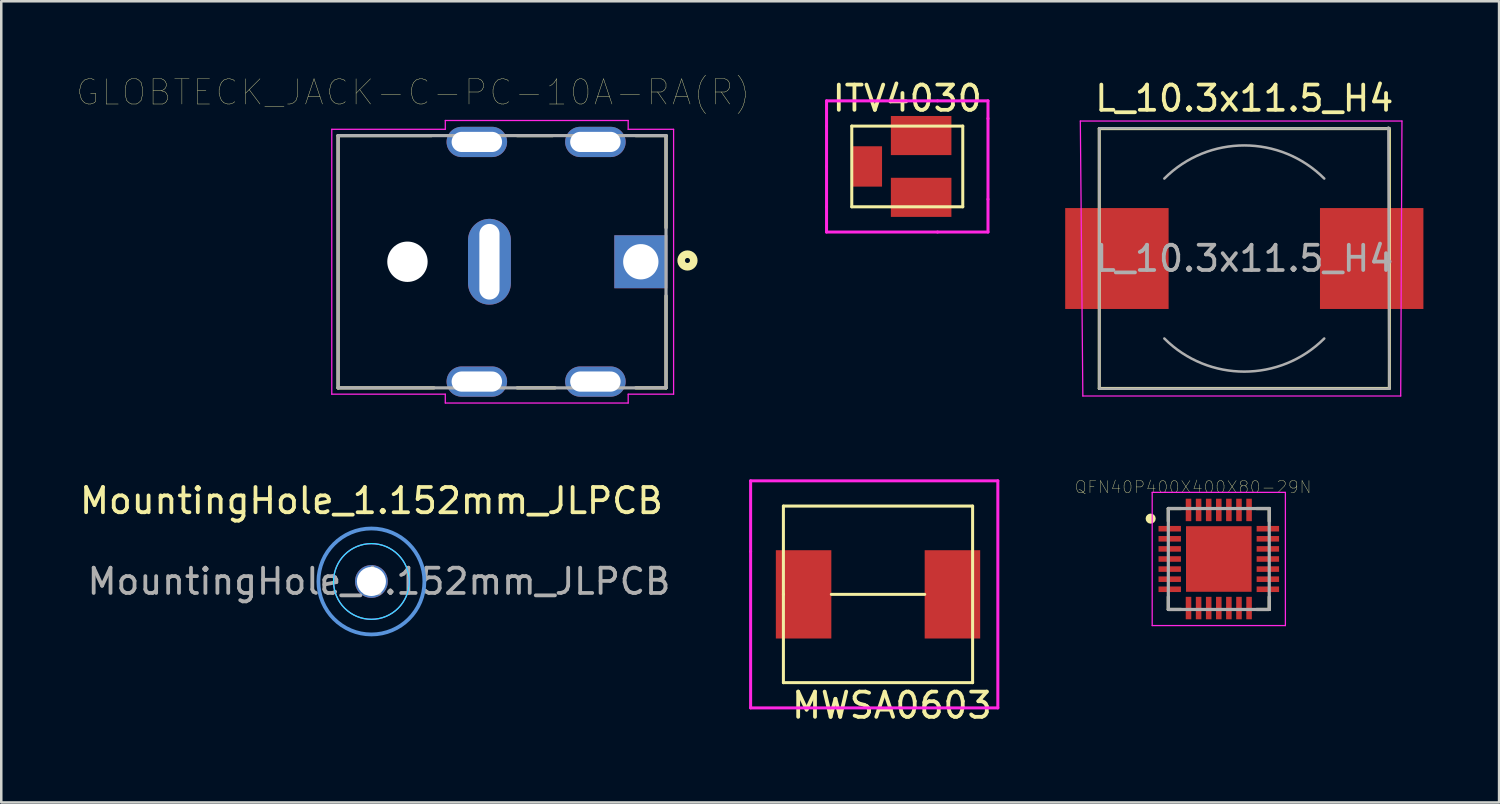
<source format=kicad_pcb>
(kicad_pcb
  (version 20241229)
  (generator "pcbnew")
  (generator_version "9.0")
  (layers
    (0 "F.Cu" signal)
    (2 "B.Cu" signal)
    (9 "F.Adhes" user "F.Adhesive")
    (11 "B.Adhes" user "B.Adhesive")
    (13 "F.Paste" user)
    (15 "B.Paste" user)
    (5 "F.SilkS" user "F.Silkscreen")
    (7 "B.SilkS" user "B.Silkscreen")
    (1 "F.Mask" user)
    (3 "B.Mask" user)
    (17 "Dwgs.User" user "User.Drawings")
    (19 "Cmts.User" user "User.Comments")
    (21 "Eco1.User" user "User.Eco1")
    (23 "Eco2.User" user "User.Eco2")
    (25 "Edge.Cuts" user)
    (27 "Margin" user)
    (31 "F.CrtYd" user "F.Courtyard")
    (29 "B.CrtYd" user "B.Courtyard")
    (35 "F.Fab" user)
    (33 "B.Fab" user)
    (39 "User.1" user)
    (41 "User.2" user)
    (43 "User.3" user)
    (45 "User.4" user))
  (footprint "L_10.3x11.5_H4"
    (layer "F.Cu")
    (at 46.275 7.198)
    (property "Reference" "L_10.3x11.5_H4" (at 0 -6.35 0) (layer "F.SilkS") (effects (font (size 1 1) (thickness 0.15))))
    (attr smd)
    (fp_line (start -5.75 -5.15) (end 5.75 -5.15) (stroke (width 0.12) (type solid)) (layer "F.SilkS"))
    (fp_line (start -5.75 5.15) (end -5.75 -5.15) (stroke (width 0.12) (type solid)) (layer "F.SilkS"))
    (fp_line (start 5.75 -5.15) (end 5.75 5.15) (stroke (width 0.12) (type solid)) (layer "F.SilkS"))
    (fp_line (start 5.75 5.15) (end -5.75 5.15) (stroke (width 0.12) (type solid)) (layer "F.SilkS"))
    (fp_line (start -6.5 -5.45) (end -6.4 5.45) (stroke (width 0.05) (type solid)) (layer "F.CrtYd"))
    (fp_line (start -6.4 5.45) (end 6.2 5.45) (stroke (width 0.05) (type solid)) (layer "F.CrtYd"))
    (fp_line (start 6.2 5.45) (end 6.25 -5.45) (stroke (width 0.05) (type solid)) (layer "F.CrtYd"))
    (fp_line (start 6.25 -5.45) (end -6.5 -5.45) (stroke (width 0.05) (type solid)) (layer "F.CrtYd"))
    (fp_line (start -5.751 -5.161) (end 5.762 -5.152) (stroke (width 0.1) (type solid)) (layer "F.Fab"))
    (fp_line (start -5.746 5.158) (end -5.751 -5.161) (stroke (width 0.1) (type solid)) (layer "F.Fab"))
    (fp_line (start -5.746 5.158) (end 5.751 5.159) (stroke (width 0.1) (type solid)) (layer "F.Fab"))
    (fp_line (start 5.751 5.159) (end 5.713 -5.193) (stroke (width 0.1) (type solid)) (layer "F.Fab"))
    (fp_arc (start -3.17 -3.17) (mid 0 -4.483057) (end 3.17 -3.17) (stroke (width 0.1) (type solid)) (layer "F.Fab"))
    (fp_arc (start 3.17 3.17) (mid 0 4.483057) (end -3.17 3.17) (stroke (width 0.1) (type solid)) (layer "F.Fab"))
    (fp_text user "${REFERENCE}" (at 0 0 0) (layer "F.Fab") (effects (font (size 1 1) (thickness 0.15))))
    (pad "1" smd rect (at -5.05 0) (size 4.1 4) (layers "F.Cu" "F.Mask" "F.Paste"))
    (pad "2" smd rect (at 5.05 0) (size 4.1 4) (layers "F.Cu" "F.Mask" "F.Paste")))
  (footprint "ITV4030"
    (layer "F.Cu")
    (at 32.915 3.548)
    (property "Reference" "ITV4030" (at 0 -2.7 0) (layer "F.SilkS") (effects (font (size 1 1) (thickness 0.15))))
    (attr through_hole)
    (fp_line (start -2.2 -1.6) (end 2.2 -1.6) (stroke (width 0.12) (type solid)) (layer "F.SilkS"))
    (fp_line (start -2.2 1.6) (end -2.2 -1.6) (stroke (width 0.12) (type solid)) (layer "F.SilkS"))
    (fp_line (start 2.2 -1.6) (end 2.2 1.6) (stroke (width 0.12) (type solid)) (layer "F.SilkS"))
    (fp_line (start 2.2 1.6) (end -2.2 1.6) (stroke (width 0.12) (type solid)) (layer "F.SilkS"))
    (fp_line (start -3.2 -1.6) (end -3.2 -2.6) (stroke (width 0.12) (type solid)) (layer "F.CrtYd"))
    (fp_line (start -3.2 -1.6) (end -3.2 0) (stroke (width 0.12) (type solid)) (layer "F.CrtYd"))
    (fp_line (start -3.2 0) (end -3.2 1.6) (stroke (width 0.12) (type solid)) (layer "F.CrtYd"))
    (fp_line (start -3.2 2.6) (end -3.2 1.6) (stroke (width 0.12) (type solid)) (layer "F.CrtYd"))
    (fp_line (start -3.2 2.6) (end 1.2 2.6) (stroke (width 0.12) (type solid)) (layer "F.CrtYd"))
    (fp_line (start 1.2 -2.6) (end -3.2 -2.6) (stroke (width 0.12) (type solid)) (layer "F.CrtYd"))
    (fp_line (start 1.2 -2.6) (end 3.2 -2.6) (stroke (width 0.12) (type solid)) (layer "F.CrtYd"))
    (fp_line (start 3.2 -2.6) (end 3.2 -1.9) (stroke (width 0.12) (type solid)) (layer "F.CrtYd"))
    (fp_line (start 3.2 1.3) (end 3.2 -1.9) (stroke (width 0.12) (type solid)) (layer "F.CrtYd"))
    (fp_line (start 3.2 1.3) (end 3.2 2.6) (stroke (width 0.12) (type solid)) (layer "F.CrtYd"))
    (fp_line (start 3.2 2.6) (end 1.2 2.6) (stroke (width 0.12) (type solid)) (layer "F.CrtYd"))
    (pad "1" smd rect (at 0.55 1.225) (size 2.4 1.55) (layers "F.Cu" "F.Mask" "F.Paste"))
    (pad "2" smd rect (at -1.6 0) (size 1.2 1.6) (layers "F.Cu" "F.Mask" "F.Paste"))
    (pad "3" smd rect (at 0.55 -1.225) (size 2.4 1.55) (layers "F.Cu" "F.Mask" "F.Paste")))
  (footprint "GLOBTECK_JACK-C-PC-10A-RA(R)"
    (layer "F.Cu")
    (at 16.852 7.326)
    (property "Reference" "GLOBTECK_JACK-C-PC-10A-RA(R)" (at -3.525 -6.715 0) (layer "F.SilkS") (effects (font (size 1 1) (thickness 0.015))))
    (attr through_hole)
    (fp_line (start -6.5 -5) (end -6.5 5) (stroke (width 0.127) (type solid)) (layer "F.SilkS"))
    (fp_line (start -6.5 5) (end -2.7 5) (stroke (width 0.127) (type solid)) (layer "F.SilkS"))
    (fp_line (start -2.8 -5) (end -6.5 -5) (stroke (width 0.127) (type solid)) (layer "F.SilkS"))
    (fp_line (start 0.6 -5) (end 2 -5) (stroke (width 0.127) (type solid)) (layer "F.SilkS"))
    (fp_line (start 0.6 5) (end 2.1 5) (stroke (width 0.127) (type solid)) (layer "F.SilkS"))
    (fp_line (start 5.3 -5) (end 6.5 -5) (stroke (width 0.127) (type solid)) (layer "F.SilkS"))
    (fp_line (start 6.5 -5) (end 6.5 -1.35) (stroke (width 0.127) (type solid)) (layer "F.SilkS"))
    (fp_line (start 6.5 1.35) (end 6.5 5) (stroke (width 0.127) (type solid)) (layer "F.SilkS"))
    (fp_line (start 6.5 5) (end 5.3 5) (stroke (width 0.127) (type solid)) (layer "F.SilkS"))
    (fp_circle (center 7.35 -0.05) (end 7.45 -0.05) (stroke (width 0.3) (type solid)) (fill no) (layer "F.SilkS"))
    (fp_line (start -6.75 -5.25) (end -2.25 -5.25) (stroke (width 0.05) (type solid)) (layer "F.CrtYd"))
    (fp_line (start -6.75 5.25) (end -6.75 -5.25) (stroke (width 0.05) (type solid)) (layer "F.CrtYd"))
    (fp_line (start -2.25 -5.6) (end 5 -5.6) (stroke (width 0.05) (type solid)) (layer "F.CrtYd"))
    (fp_line (start -2.25 -5.25) (end -2.25 -5.6) (stroke (width 0.05) (type solid)) (layer "F.CrtYd"))
    (fp_line (start -2.25 5.25) (end -6.75 5.25) (stroke (width 0.05) (type solid)) (layer "F.CrtYd"))
    (fp_line (start -2.25 5.6) (end -2.25 5.25) (stroke (width 0.05) (type solid)) (layer "F.CrtYd"))
    (fp_line (start 5 -5.6) (end 5 -5.25) (stroke (width 0.05) (type solid)) (layer "F.CrtYd"))
    (fp_line (start 5 -5.25) (end 6.8 -5.25) (stroke (width 0.05) (type solid)) (layer "F.CrtYd"))
    (fp_line (start 5 5.25) (end 5 5.6) (stroke (width 0.05) (type solid)) (layer "F.CrtYd"))
    (fp_line (start 5 5.6) (end -2.25 5.6) (stroke (width 0.05) (type solid)) (layer "F.CrtYd"))
    (fp_line (start 6.8 -5.25) (end 6.8 5.25) (stroke (width 0.05) (type solid)) (layer "F.CrtYd"))
    (fp_line (start 6.8 5.25) (end 5 5.25) (stroke (width 0.05) (type solid)) (layer "F.CrtYd"))
    (fp_line (start -6.5 -5) (end -6.5 5) (stroke (width 0.127) (type solid)) (layer "F.Fab"))
    (fp_line (start -6.5 5) (end 6.5 5) (stroke (width 0.127) (type solid)) (layer "F.Fab"))
    (fp_line (start 6.5 -5) (end -6.5 -5) (stroke (width 0.127) (type solid)) (layer "F.Fab"))
    (fp_line (start 6.5 5) (end 6.5 -5) (stroke (width 0.127) (type solid)) (layer "F.Fab"))
    (pad "" np_thru_hole circle (at -3.75 0) (size 1.6 1.6) (drill 1.6) (layers "*.Cu" "*.Mask"))
    (pad "1" thru_hole rect (at 5.5 0) (size 2.1 2.1) (drill 1.4) (layers "*.Cu" "*.Mask"))
    (pad "2" thru_hole oval (at -0.5 0) (size 1.7 3.4) (drill oval 0.8 3) (layers "*.Cu" "*.Mask"))
    (pad "P1" thru_hole oval (at 3.7 -4.75) (size 2.4 1.2) (drill oval 2 0.8) (layers "*.Cu" "*.Mask"))
    (pad "P2" thru_hole oval (at 3.7 4.75) (size 2.4 1.2) (drill oval 2 0.8) (layers "*.Cu" "*.Mask"))
    (pad "P3" thru_hole oval (at -1 -4.75) (size 2.4 1.2) (drill oval 2 0.8) (layers "*.Cu" "*.Mask"))
    (pad "P4" thru_hole oval (at -1 4.75) (size 2.4 1.2) (drill oval 2 0.8) (layers "*.Cu" "*.Mask")))
  (footprint "QFN40P400X400X80-29N"
    (layer "F.Cu")
    (at 45.264 19.109)
    (property "Reference" "QFN40P400X400X80-29N" (at -1.018 -2.85 0) (layer "F.SilkS") (effects (font (size 0.481 0.481) (thickness 0.015))))
    (attr through_hole)
    (fp_line (start -2 -2) (end -2 -1.5) (stroke (width 0.127) (type solid)) (layer "F.SilkS"))
    (fp_line (start -2 2) (end -2 1.5) (stroke (width 0.127) (type solid)) (layer "F.SilkS"))
    (fp_line (start -1.5 -2) (end -2 -2) (stroke (width 0.127) (type solid)) (layer "F.SilkS"))
    (fp_line (start -1.5 2) (end -2 2) (stroke (width 0.127) (type solid)) (layer "F.SilkS"))
    (fp_line (start 1.5 -2) (end 2 -2) (stroke (width 0.127) (type solid)) (layer "F.SilkS"))
    (fp_line (start 1.5 2) (end 2 2) (stroke (width 0.127) (type solid)) (layer "F.SilkS"))
    (fp_line (start 2 -2) (end 2 -1.5) (stroke (width 0.127) (type solid)) (layer "F.SilkS"))
    (fp_line (start 2 2) (end 2 1.5) (stroke (width 0.127) (type solid)) (layer "F.SilkS"))
    (fp_circle (center -2.7 -1.6) (end -2.6 -1.6) (stroke (width 0.2) (type solid)) (fill no) (layer "F.SilkS"))
    (fp_poly (pts (xy -0.8 -0.8) (xy 0.8 -0.8) (xy 0.8 0.8) (xy -0.8 0.8)) (stroke (width 0.001) (type solid)) (fill yes) (layer "F.Paste"))
    (fp_line (start -2.64 -2.64) (end 2.64 -2.64) (stroke (width 0.05) (type solid)) (layer "F.CrtYd"))
    (fp_line (start -2.64 2.64) (end -2.64 -2.64) (stroke (width 0.05) (type solid)) (layer "F.CrtYd"))
    (fp_line (start 2.64 -2.64) (end 2.64 2.64) (stroke (width 0.05) (type solid)) (layer "F.CrtYd"))
    (fp_line (start 2.64 2.64) (end -2.64 2.64) (stroke (width 0.05) (type solid)) (layer "F.CrtYd"))
    (fp_line (start -2 -2) (end 2 -2) (stroke (width 0.127) (type solid)) (layer "F.Fab"))
    (fp_line (start -2 2) (end -2 -2) (stroke (width 0.127) (type solid)) (layer "F.Fab"))
    (fp_line (start 2 -2) (end 2 2) (stroke (width 0.127) (type solid)) (layer "F.Fab"))
    (fp_line (start 2 2) (end -2 2) (stroke (width 0.127) (type solid)) (layer "F.Fab"))
    (pad "1" smd rect (at -1.945 -1.2) (size 0.89 0.22) (layers "F.Cu" "F.Mask" "F.Paste"))
    (pad "2" smd rect (at -1.945 -0.8) (size 0.89 0.22) (layers "F.Cu" "F.Mask" "F.Paste"))
    (pad "3" smd rect (at -1.945 -0.4) (size 0.89 0.22) (layers "F.Cu" "F.Mask" "F.Paste"))
    (pad "4" smd rect (at -1.945 0) (size 0.89 0.22) (layers "F.Cu" "F.Mask" "F.Paste"))
    (pad "5" smd rect (at -1.945 0.4) (size 0.89 0.22) (layers "F.Cu" "F.Mask" "F.Paste"))
    (pad "6" smd rect (at -1.945 0.8) (size 0.89 0.22) (layers "F.Cu" "F.Mask" "F.Paste"))
    (pad "7" smd rect (at -1.945 1.2) (size 0.89 0.22) (layers "F.Cu" "F.Mask" "F.Paste"))
    (pad "8" smd rect (at -1.2 1.945) (size 0.22 0.89) (layers "F.Cu" "F.Mask" "F.Paste"))
    (pad "9" smd rect (at -0.8 1.945) (size 0.22 0.89) (layers "F.Cu" "F.Mask" "F.Paste"))
    (pad "10" smd rect (at -0.4 1.945) (size 0.22 0.89) (layers "F.Cu" "F.Mask" "F.Paste"))
    (pad "11" smd rect (at 0 1.945) (size 0.22 0.89) (layers "F.Cu" "F.Mask" "F.Paste"))
    (pad "12" smd rect (at 0.4 1.945) (size 0.22 0.89) (layers "F.Cu" "F.Mask" "F.Paste"))
    (pad "13" smd rect (at 0.8 1.945) (size 0.22 0.89) (layers "F.Cu" "F.Mask" "F.Paste"))
    (pad "14" smd rect (at 1.2 1.945) (size 0.22 0.89) (layers "F.Cu" "F.Mask" "F.Paste"))
    (pad "15" smd rect (at 1.945 1.2) (size 0.89 0.22) (layers "F.Cu" "F.Mask" "F.Paste"))
    (pad "16" smd rect (at 1.945 0.8) (size 0.89 0.22) (layers "F.Cu" "F.Mask" "F.Paste"))
    (pad "17" smd rect (at 1.945 0.4) (size 0.89 0.22) (layers "F.Cu" "F.Mask" "F.Paste"))
    (pad "18" smd rect (at 1.945 0) (size 0.89 0.22) (layers "F.Cu" "F.Mask" "F.Paste"))
    (pad "19" smd rect (at 1.945 -0.4) (size 0.89 0.22) (layers "F.Cu" "F.Mask" "F.Paste"))
    (pad "20" smd rect (at 1.945 -0.8) (size 0.89 0.22) (layers "F.Cu" "F.Mask" "F.Paste"))
    (pad "21" smd rect (at 1.945 -1.2) (size 0.89 0.22) (layers "F.Cu" "F.Mask" "F.Paste"))
    (pad "22" smd rect (at 1.2 -1.945) (size 0.22 0.89) (layers "F.Cu" "F.Mask" "F.Paste"))
    (pad "23" smd rect (at 0.8 -1.945) (size 0.22 0.89) (layers "F.Cu" "F.Mask" "F.Paste"))
    (pad "24" smd rect (at 0.4 -1.945) (size 0.22 0.89) (layers "F.Cu" "F.Mask" "F.Paste"))
    (pad "25" smd rect (at 0 -1.945) (size 0.22 0.89) (layers "F.Cu" "F.Mask" "F.Paste"))
    (pad "26" smd rect (at -0.4 -1.945) (size 0.22 0.89) (layers "F.Cu" "F.Mask" "F.Paste"))
    (pad "27" smd rect (at -0.8 -1.945) (size 0.22 0.89) (layers "F.Cu" "F.Mask" "F.Paste"))
    (pad "28" smd rect (at -1.2 -1.945) (size 0.22 0.89) (layers "F.Cu" "F.Mask" "F.Paste"))
    (pad "29" smd rect (at 0 0) (size 2.6 2.6) (layers "F.Cu" "F.Mask")))
  (footprint "MWSA0603"
    (layer "F.Cu")
    (at 29.905 18.611)
    (property "Reference" "MWSA0603" (at 2.4 6.3 0) (layer "F.SilkS") (effects (font (size 1 1) (thickness 0.15))))
    (attr through_hole)
    (fp_line (start -1.9 -1.6) (end -1.9 1.9) (stroke (width 0.12) (type solid)) (layer "F.SilkS"))
    (fp_line (start -1.9 1.9) (end -1.9 5.4) (stroke (width 0.12) (type solid)) (layer "F.SilkS"))
    (fp_line (start -1.9 5.4) (end 5.6 5.4) (stroke (width 0.12) (type solid)) (layer "F.SilkS"))
    (fp_line (start 3.7 1.9) (end 0 1.9) (stroke (width 0.12) (type solid)) (layer "F.SilkS"))
    (fp_line (start 5.6 -1.6) (end -1.9 -1.6) (stroke (width 0.12) (type solid)) (layer "F.SilkS"))
    (fp_line (start 5.6 5.4) (end 5.6 -1.6) (stroke (width 0.12) (type solid)) (layer "F.SilkS"))
    (fp_line (start -3.2 -2.6) (end -3.2 0.2) (stroke (width 0.12) (type solid)) (layer "F.CrtYd"))
    (fp_line (start -3.2 0.2) (end -3.2 6.4) (stroke (width 0.12) (type solid)) (layer "F.CrtYd"))
    (fp_line (start -3.2 6.4) (end 6.6 6.4) (stroke (width 0.12) (type solid)) (layer "F.CrtYd"))
    (fp_line (start 6.6 -2.6) (end -3.2 -2.6) (stroke (width 0.12) (type solid)) (layer "F.CrtYd"))
    (fp_line (start 6.6 6.4) (end 6.6 -2.6) (stroke (width 0.12) (type solid)) (layer "F.CrtYd"))
    (pad "1" smd rect (at -1.1 1.9) (size 2.2 3.5) (layers "F.Cu" "F.Mask" "F.Paste"))
    (pad "2" smd rect (at 4.8 1.9) (size 2.2 3.5) (layers "F.Cu" "F.Mask" "F.Paste")))
  (footprint "MountingHole_1.152mm_JLPCB"
    (layer "F.Cu")
    (at 11.673 20)
    (property "Reference" "MountingHole_1.152mm_JLPCB" (at 0 -3.2 0) (layer "F.SilkS") (effects (font (size 1 1) (thickness 0.15))))
    (attr through_hole)
    (fp_circle (center 0 0) (end 2.1 0) (stroke (width 0.15) (type solid)) (fill no) (layer "Cmts.User"))
    (fp_circle (center 0 0) (end 1.5 0) (stroke (width 0.05) (type solid)) (fill no) (layer "B.CrtYd"))
    (fp_circle (center 0 0) (end 1.5 0) (stroke (width 0.05) (type solid)) (fill no) (layer "F.CrtYd"))
    (fp_text user "${REFERENCE}" (at 0.3 0 0) (layer "F.Fab") (effects (font (size 1 1) (thickness 0.15))))
    (pad "" np_thru_hole circle (at 0 0) (size 1.3 1.3) (drill 1.152) (layers "*.Cu" "*.Mask")))
  (gr_rect
    (start -3 -3)
    (end 56.375 28.76)
    (stroke (width 0.1) (type default))
    (fill no)
    (layer "Edge.Cuts")))
</source>
